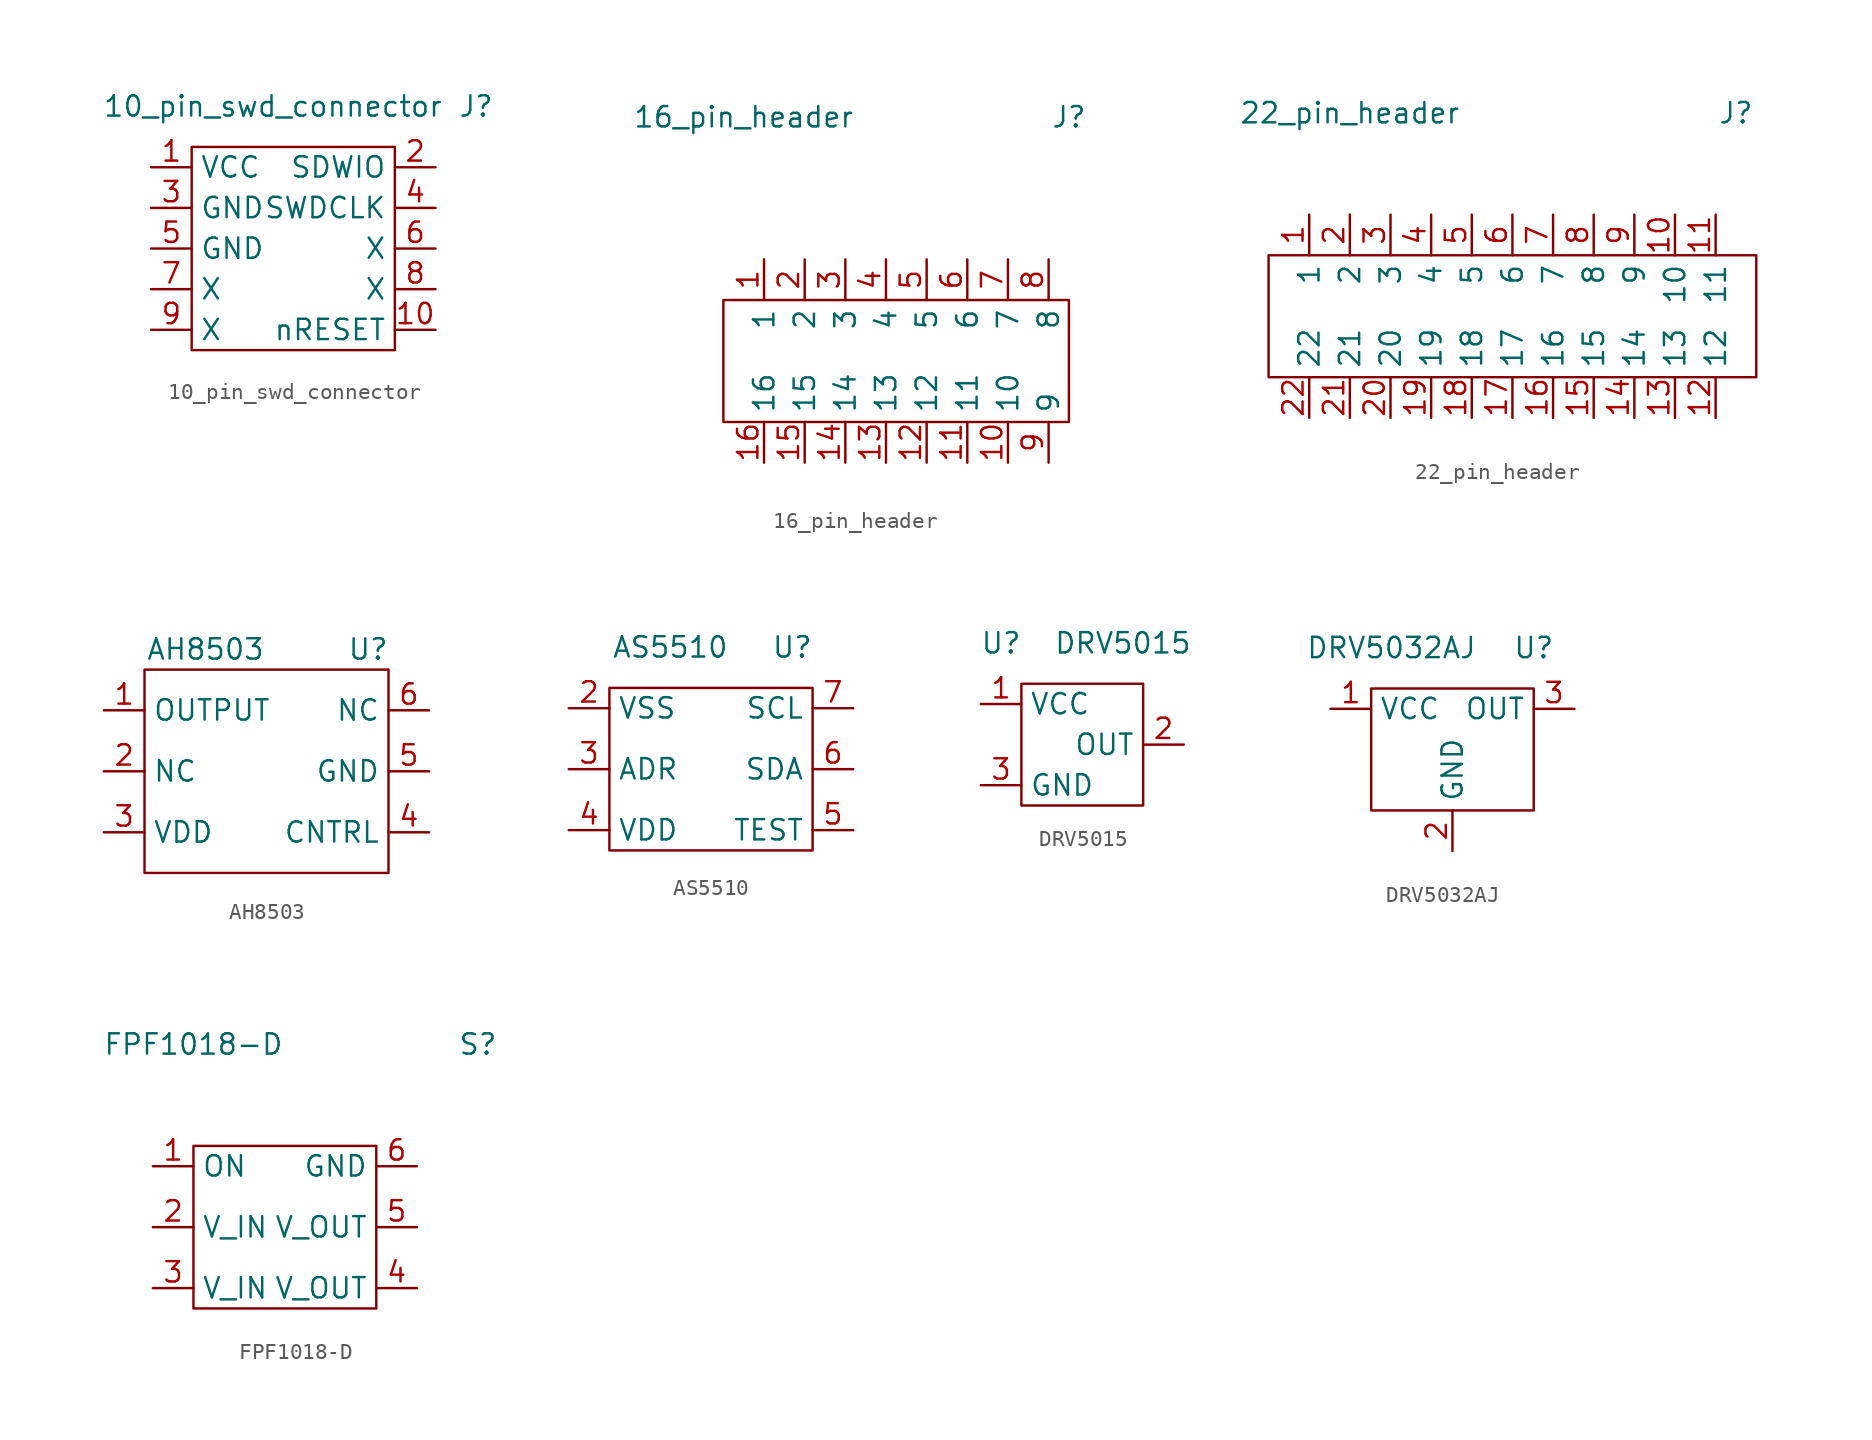
<source format=kicad_sym>
(kicad_symbol_lib
  (version 20211014)
  (generator kicad_symbol_editor)
  (symbol "10_pin_swd_connector"
    (property "Reference" "J"
      (at 11.43 8.89 0)
      (effects (font (size 1.27 1.27))))
    (property "Value" "10_pin_swd_connector"
      (at -1.27 8.89 0)
      (effects (font (size 1.27 1.27))))
    (symbol "10_pin_swd_connector_0_1"
      (rectangle (start -6.35 6.35) (end 6.35 -6.35) (stroke (width 0) (type default) (color 0 0 0 0)) (fill (type none))))
    (symbol "10_pin_swd_connector_1_1"
      (pin input line (at -8.89 5.08 0) (length 2.54) (name "VCC" (effects (font (size 1.27 1.27)))) (number "1" (effects (font (size 1.27 1.27)))))
      (pin input line (at 8.89 -5.08 180) (length 2.54) (name "nRESET" (effects (font (size 1.27 1.27)))) (number "10" (effects (font (size 1.27 1.27)))))
      (pin input line (at 8.89 5.08 180) (length 2.54) (name "SDWIO" (effects (font (size 1.27 1.27)))) (number "2" (effects (font (size 1.27 1.27)))))
      (pin input line (at -8.89 2.54 0) (length 2.54) (name "GND" (effects (font (size 1.27 1.27)))) (number "3" (effects (font (size 1.27 1.27)))))
      (pin input line (at 8.89 2.54 180) (length 2.54) (name "SWDCLK" (effects (font (size 1.27 1.27)))) (number "4" (effects (font (size 1.27 1.27)))))
      (pin input line (at -8.89 0 0) (length 2.54) (name "GND" (effects (font (size 1.27 1.27)))) (number "5" (effects (font (size 1.27 1.27)))))
      (pin free line (at 8.89 0 180) (length 2.54) (name "X" (effects (font (size 1.27 1.27)))) (number "6" (effects (font (size 1.27 1.27)))))
      (pin free line (at -8.89 -2.54 0) (length 2.54) (name "X" (effects (font (size 1.27 1.27)))) (number "7" (effects (font (size 1.27 1.27)))))
      (pin free line (at 8.89 -2.54 180) (length 2.54) (name "X" (effects (font (size 1.27 1.27)))) (number "8" (effects (font (size 1.27 1.27)))))
      (pin input line (at -8.89 -5.08 0) (length 2.54) (name "X" (effects (font (size 1.27 1.27)))) (number "9" (effects (font (size 1.27 1.27)))))))
  (symbol "16_pin_header"
    (property "Reference" "J"
      (at 10.16 15.24 0)
      (effects (font (size 1.27 1.27))))
    (property "Value" "16_pin_header"
      (at -10.16 15.24 0)
      (effects (font (size 1.27 1.27))))
    (symbol "16_pin_header_0_1"
      (rectangle (start -11.43 3.81) (end 10.16 -3.81) (stroke (width 0) (type default) (color 0 0 0 0)) (fill (type none))))
    (symbol "16_pin_header_1_1"
      (pin input line (at -8.89 6.35 270) (length 2.54) (name "1" (effects (font (size 1.27 1.27)))) (number "1" (effects (font (size 1.27 1.27)))))
      (pin input line (at 6.35 -6.35 90) (length 2.54) (name "10" (effects (font (size 1.27 1.27)))) (number "10" (effects (font (size 1.27 1.27)))))
      (pin input line (at 3.81 -6.35 90) (length 2.54) (name "11" (effects (font (size 1.27 1.27)))) (number "11" (effects (font (size 1.27 1.27)))))
      (pin input line (at 1.27 -6.35 90) (length 2.54) (name "12" (effects (font (size 1.27 1.27)))) (number "12" (effects (font (size 1.27 1.27)))))
      (pin input line (at -1.27 -6.35 90) (length 2.54) (name "13" (effects (font (size 1.27 1.27)))) (number "13" (effects (font (size 1.27 1.27)))))
      (pin input line (at -3.81 -6.35 90) (length 2.54) (name "14" (effects (font (size 1.27 1.27)))) (number "14" (effects (font (size 1.27 1.27)))))
      (pin input line (at -6.35 -6.35 90) (length 2.54) (name "15" (effects (font (size 1.27 1.27)))) (number "15" (effects (font (size 1.27 1.27)))))
      (pin input line (at -8.89 -6.35 90) (length 2.54) (name "16" (effects (font (size 1.27 1.27)))) (number "16" (effects (font (size 1.27 1.27)))))
      (pin input line (at -6.35 6.35 270) (length 2.54) (name "2" (effects (font (size 1.27 1.27)))) (number "2" (effects (font (size 1.27 1.27)))))
      (pin input line (at -3.81 6.35 270) (length 2.54) (name "3" (effects (font (size 1.27 1.27)))) (number "3" (effects (font (size 1.27 1.27)))))
      (pin input line (at -1.27 6.35 270) (length 2.54) (name "4" (effects (font (size 1.27 1.27)))) (number "4" (effects (font (size 1.27 1.27)))))
      (pin input line (at 1.27 6.35 270) (length 2.54) (name "5" (effects (font (size 1.27 1.27)))) (number "5" (effects (font (size 1.27 1.27)))))
      (pin input line (at 3.81 6.35 270) (length 2.54) (name "6" (effects (font (size 1.27 1.27)))) (number "6" (effects (font (size 1.27 1.27)))))
      (pin input line (at 6.35 6.35 270) (length 2.54) (name "7" (effects (font (size 1.27 1.27)))) (number "7" (effects (font (size 1.27 1.27)))))
      (pin input line (at 8.89 6.35 270) (length 2.54) (name "8" (effects (font (size 1.27 1.27)))) (number "8" (effects (font (size 1.27 1.27)))))
      (pin input line (at 8.89 -6.35 90) (length 2.54) (name "9" (effects (font (size 1.27 1.27)))) (number "9" (effects (font (size 1.27 1.27)))))))
  (symbol "22_pin_header"
    (property "Reference" "J"
      (at 13.97 12.7 0)
      (effects (font (size 1.27 1.27))))
    (property "Value" "22_pin_header"
      (at -10.16 12.7 0)
      (effects (font (size 1.27 1.27))))
    (symbol "22_pin_header_0_1"
      (rectangle (start -15.24 3.81) (end 15.24 -3.81) (stroke (width 0) (type default) (color 0 0 0 0)) (fill (type none))))
    (symbol "22_pin_header_1_1"
      (pin input line (at -12.7 6.35 270) (length 2.54) (name "1" (effects (font (size 1.27 1.27)))) (number "1" (effects (font (size 1.27 1.27)))))
      (pin input line (at 10.16 6.35 270) (length 2.54) (name "10" (effects (font (size 1.27 1.27)))) (number "10" (effects (font (size 1.27 1.27)))))
      (pin input line (at 12.7 6.35 270) (length 2.54) (name "11" (effects (font (size 1.27 1.27)))) (number "11" (effects (font (size 1.27 1.27)))))
      (pin input line (at 12.7 -6.35 90) (length 2.54) (name "12" (effects (font (size 1.27 1.27)))) (number "12" (effects (font (size 1.27 1.27)))))
      (pin input line (at 10.16 -6.35 90) (length 2.54) (name "13" (effects (font (size 1.27 1.27)))) (number "13" (effects (font (size 1.27 1.27)))))
      (pin input line (at 7.62 -6.35 90) (length 2.54) (name "14" (effects (font (size 1.27 1.27)))) (number "14" (effects (font (size 1.27 1.27)))))
      (pin input line (at 5.08 -6.35 90) (length 2.54) (name "15" (effects (font (size 1.27 1.27)))) (number "15" (effects (font (size 1.27 1.27)))))
      (pin input line (at 2.54 -6.35 90) (length 2.54) (name "16" (effects (font (size 1.27 1.27)))) (number "16" (effects (font (size 1.27 1.27)))))
      (pin input line (at 0 -6.35 90) (length 2.54) (name "17" (effects (font (size 1.27 1.27)))) (number "17" (effects (font (size 1.27 1.27)))))
      (pin input line (at -2.54 -6.35 90) (length 2.54) (name "18" (effects (font (size 1.27 1.27)))) (number "18" (effects (font (size 1.27 1.27)))))
      (pin input line (at -5.08 -6.35 90) (length 2.54) (name "19" (effects (font (size 1.27 1.27)))) (number "19" (effects (font (size 1.27 1.27)))))
      (pin input line (at -10.16 6.35 270) (length 2.54) (name "2" (effects (font (size 1.27 1.27)))) (number "2" (effects (font (size 1.27 1.27)))))
      (pin input line (at -7.62 -6.35 90) (length 2.54) (name "20" (effects (font (size 1.27 1.27)))) (number "20" (effects (font (size 1.27 1.27)))))
      (pin input line (at -10.16 -6.35 90) (length 2.54) (name "21" (effects (font (size 1.27 1.27)))) (number "21" (effects (font (size 1.27 1.27)))))
      (pin input line (at -12.7 -6.35 90) (length 2.54) (name "22" (effects (font (size 1.27 1.27)))) (number "22" (effects (font (size 1.27 1.27)))))
      (pin input line (at -7.62 6.35 270) (length 2.54) (name "3" (effects (font (size 1.27 1.27)))) (number "3" (effects (font (size 1.27 1.27)))))
      (pin input line (at -5.08 6.35 270) (length 2.54) (name "4" (effects (font (size 1.27 1.27)))) (number "4" (effects (font (size 1.27 1.27)))))
      (pin input line (at -2.54 6.35 270) (length 2.54) (name "5" (effects (font (size 1.27 1.27)))) (number "5" (effects (font (size 1.27 1.27)))))
      (pin input line (at 0 6.35 270) (length 2.54) (name "6" (effects (font (size 1.27 1.27)))) (number "6" (effects (font (size 1.27 1.27)))))
      (pin input line (at 2.54 6.35 270) (length 2.54) (name "7" (effects (font (size 1.27 1.27)))) (number "7" (effects (font (size 1.27 1.27)))))
      (pin input line (at 5.08 6.35 270) (length 2.54) (name "8" (effects (font (size 1.27 1.27)))) (number "8" (effects (font (size 1.27 1.27)))))
      (pin input line (at 7.62 6.35 270) (length 2.54) (name "9" (effects (font (size 1.27 1.27)))) (number "9" (effects (font (size 1.27 1.27)))))))
  (symbol "AH8503"
    (property "Reference" "U"
      (at 6.35 7.62 0)
      (effects (font (size 1.27 1.27))))
    (property "Value" "AH8503"
      (at -3.81 7.62 0)
      (effects (font (size 1.27 1.27))))
    (symbol "AH8503_0_1"
      (rectangle (start -7.62 6.35) (end 7.62 -6.35) (stroke (width 0) (type default) (color 0 0 0 0)) (fill (type none))))
    (symbol "AH8503_1_1"
      (pin input line (at -10.16 3.81 0) (length 2.54) (name "OUTPUT" (effects (font (size 1.27 1.27)))) (number "1" (effects (font (size 1.27 1.27)))))
      (pin input line (at -10.16 0 0) (length 2.54) (name "NC" (effects (font (size 1.27 1.27)))) (number "2" (effects (font (size 1.27 1.27)))))
      (pin input line (at -10.16 -3.81 0) (length 2.54) (name "VDD" (effects (font (size 1.27 1.27)))) (number "3" (effects (font (size 1.27 1.27)))))
      (pin input line (at 10.16 -3.81 180) (length 2.54) (name "CNTRL" (effects (font (size 1.27 1.27)))) (number "4" (effects (font (size 1.27 1.27)))))
      (pin input line (at 10.16 0 180) (length 2.54) (name "GND" (effects (font (size 1.27 1.27)))) (number "5" (effects (font (size 1.27 1.27)))))
      (pin input line (at 10.16 3.81 180) (length 2.54) (name "NC" (effects (font (size 1.27 1.27)))) (number "6" (effects (font (size 1.27 1.27)))))))
  (symbol "AS5510"
    (property "Reference" "U"
      (at 5.08 7.62 0)
      (effects (font (size 1.27 1.27))))
    (property "Value" "AS5510"
      (at -2.54 7.62 0)
      (effects (font (size 1.27 1.27))))
    (symbol "AS5510_0_1"
      (rectangle (start -6.35 -5.08) (end 6.35 5.08) (stroke (width 0) (type default) (color 0 0 0 0)) (fill (type none))))
    (symbol "AS5510_1_1"
      (pin input line (at -8.89 3.81 0) (length 2.54) (name "VSS" (effects (font (size 1.27 1.27)))) (number "2" (effects (font (size 1.27 1.27)))))
      (pin input line (at -8.89 0 0) (length 2.54) (name "ADR" (effects (font (size 1.27 1.27)))) (number "3" (effects (font (size 1.27 1.27)))))
      (pin input line (at -8.89 -3.81 0) (length 2.54) (name "VDD" (effects (font (size 1.27 1.27)))) (number "4" (effects (font (size 1.27 1.27)))))
      (pin input line (at 8.89 -3.81 180) (length 2.54) (name "TEST" (effects (font (size 1.27 1.27)))) (number "5" (effects (font (size 1.27 1.27)))))
      (pin input line (at 8.89 0 180) (length 2.54) (name "SDA" (effects (font (size 1.27 1.27)))) (number "6" (effects (font (size 1.27 1.27)))))
      (pin input line (at 8.89 3.81 180) (length 2.54) (name "SCL" (effects (font (size 1.27 1.27)))) (number "7" (effects (font (size 1.27 1.27)))))))
  (symbol "DRV5015"
    (property "Reference" "U"
      (at -5.08 6.35 0)
      (effects (font (size 1.27 1.27))))
    (property "Value" "DRV5015"
      (at 2.54 6.35 0)
      (effects (font (size 1.27 1.27))))
    (symbol "DRV5015_0_1"
      (rectangle (start -3.81 3.81) (end 3.81 -3.81) (stroke (width 0) (type default) (color 0 0 0 0)) (fill (type none))))
    (symbol "DRV5015_1_1"
      (pin input line (at -6.35 2.54 0) (length 2.54) (name "VCC" (effects (font (size 1.27 1.27)))) (number "1" (effects (font (size 1.27 1.27)))))
      (pin input line (at 6.35 0 180) (length 2.54) (name "OUT" (effects (font (size 1.27 1.27)))) (number "2" (effects (font (size 1.27 1.27)))))
      (pin input line (at -6.35 -2.54 0) (length 2.54) (name "GND" (effects (font (size 1.27 1.27)))) (number "3" (effects (font (size 1.27 1.27)))))))
  (symbol "DRV5032AJ"
    (property "Reference" "U"
      (at 5.08 6.35 0)
      (effects (font (size 1.27 1.27))))
    (property "Value" "DRV5032AJ"
      (at -3.81 6.35 0)
      (effects (font (size 1.27 1.27))))
    (symbol "DRV5032AJ_0_1"
      (rectangle (start -5.08 3.81) (end 5.08 -3.81) (stroke (width 0) (type default) (color 0 0 0 0)) (fill (type none))))
    (symbol "DRV5032AJ_1_1"
      (pin input line (at -7.62 2.54 0) (length 2.54) (name "VCC" (effects (font (size 1.27 1.27)))) (number "1" (effects (font (size 1.27 1.27)))))
      (pin input line (at 0 -6.35 90) (length 2.54) (name "GND" (effects (font (size 1.27 1.27)))) (number "2" (effects (font (size 1.27 1.27)))))
      (pin input line (at 7.62 2.54 180) (length 2.54) (name "OUT" (effects (font (size 1.27 1.27)))) (number "3" (effects (font (size 1.27 1.27)))))))
  (symbol "FPF1018-D"
    (property "Reference" "S"
      (at 11.43 11.43 0)
      (effects (font (size 1.27 1.27))))
    (property "Value" "FPF1018-D"
      (at -6.35 11.43 0)
      (effects (font (size 1.27 1.27))))
    (symbol "FPF1018-D_0_1"
      (rectangle (start -6.35 5.08) (end 5.08 -5.08) (stroke (width 0) (type default) (color 0 0 0 0)) (fill (type none))))
    (symbol "FPF1018-D_1_1"
      (pin input line (at -8.89 3.81 0) (length 2.54) (name "ON" (effects (font (size 1.27 1.27)))) (number "1" (effects (font (size 1.27 1.27)))))
      (pin input line (at -8.89 0 0) (length 2.54) (name "V_IN" (effects (font (size 1.27 1.27)))) (number "2" (effects (font (size 1.27 1.27)))))
      (pin input line (at -8.89 -3.81 0) (length 2.54) (name "V_IN" (effects (font (size 1.27 1.27)))) (number "3" (effects (font (size 1.27 1.27)))))
      (pin input line (at 7.62 -3.81 180) (length 2.54) (name "V_OUT" (effects (font (size 1.27 1.27)))) (number "4" (effects (font (size 1.27 1.27)))))
      (pin input line (at 7.62 0 180) (length 2.54) (name "V_OUT" (effects (font (size 1.27 1.27)))) (number "5" (effects (font (size 1.27 1.27)))))
      (pin input line (at 7.62 3.81 180) (length 2.54) (name "GND" (effects (font (size 1.27 1.27)))) (number "6" (effects (font (size 1.27 1.27))))))))
</source>
